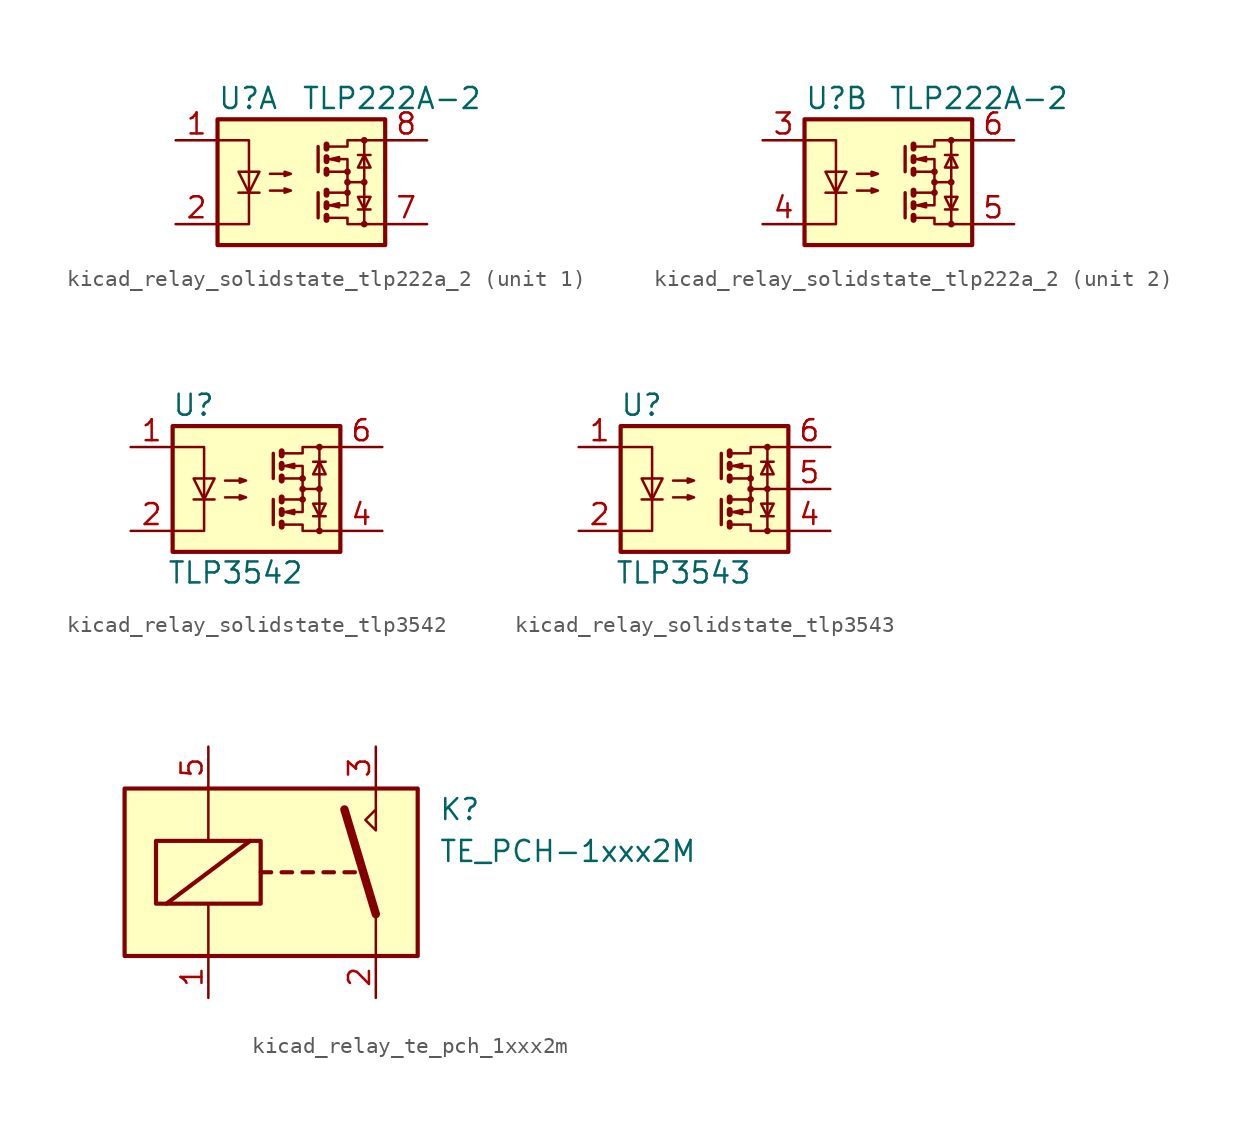
<source format=kicad_sym>
(kicad_symbol_lib
  (version 20220914)
  (generator kicad_symbol_editor)
  (symbol "kicad_relay_solidstate_tlp222a_2"
    (property "Reference" "U"
      (at -5.08 5.08 0)
      (effects (font (size 1.27 1.27)) (justify left)))
    (property "Value" "TLP222A-2"
      (at 0 5.08 0)
      (effects (font (size 1.27 1.27)) (justify left)))
    (symbol "kicad_relay_solidstate_tlp222a_2_0_1"
      (rectangle (start -5.08 3.81) (end 5.08 -3.81) (stroke (width 0.254) (type default)) (fill (type background)))
      (polyline (pts (xy -3.81 -0.635) (xy -2.54 -0.635)) (stroke (width 0) (type default)) (fill (type none)))
      (polyline (pts (xy 1.016 -0.635) (xy 1.016 -2.159)) (stroke (width 0.203) (type default)) (fill (type none)))
      (polyline (pts (xy 1.016 2.159) (xy 1.016 0.635)) (stroke (width 0.203) (type default)) (fill (type none)))
      (polyline (pts (xy 1.524 -0.508) (xy 1.524 -0.762)) (stroke (width 0.356) (type default)) (fill (type none)))
      (polyline (pts (xy 2.794 0) (xy 3.81 0)) (stroke (width 0) (type default)) (fill (type none)))
      (polyline (pts (xy 3.429 -1.651) (xy 4.191 -1.651)) (stroke (width 0) (type default)) (fill (type none)))
      (polyline (pts (xy 3.429 1.651) (xy 4.191 1.651)) (stroke (width 0) (type default)) (fill (type none)))
      (polyline (pts (xy 3.81 -2.54) (xy 3.81 2.54)) (stroke (width 0) (type default)) (fill (type none)))
      (polyline (pts (xy 1.524 -2.032) (xy 1.524 -2.286) (xy 1.524 -2.286)) (stroke (width 0.356) (type default)) (fill (type none)))
      (polyline (pts (xy 1.524 -1.27) (xy 1.524 -1.524) (xy 1.524 -1.524)) (stroke (width 0.356) (type default)) (fill (type none)))
      (polyline (pts (xy 1.524 0.762) (xy 1.524 0.508) (xy 1.524 0.508)) (stroke (width 0.356) (type default)) (fill (type none)))
      (polyline (pts (xy 1.524 1.524) (xy 1.524 1.27) (xy 1.524 1.27)) (stroke (width 0.356) (type default)) (fill (type none)))
      (polyline (pts (xy 1.524 2.286) (xy 1.524 2.032) (xy 1.524 2.032)) (stroke (width 0.356) (type default)) (fill (type none)))
      (polyline (pts (xy 1.651 -1.397) (xy 2.794 -1.397) (xy 2.794 -0.635)) (stroke (width 0) (type default)) (fill (type none)))
      (polyline (pts (xy 1.651 1.397) (xy 2.794 1.397) (xy 2.794 0.635)) (stroke (width 0) (type default)) (fill (type none)))
      (polyline (pts (xy -5.08 2.54) (xy -3.175 2.54) (xy -3.175 -2.54) (xy -5.08 -2.54)) (stroke (width 0) (type default)) (fill (type none)))
      (polyline (pts (xy -3.175 -0.635) (xy -3.81 0.635) (xy -2.54 0.635) (xy -3.175 -0.635)) (stroke (width 0) (type default)) (fill (type none)))
      (polyline (pts (xy 1.651 -2.159) (xy 2.794 -2.159) (xy 2.794 -2.54) (xy 5.08 -2.54)) (stroke (width 0) (type default)) (fill (type none)))
      (polyline (pts (xy 1.651 -0.635) (xy 2.794 -0.635) (xy 2.794 0.635) (xy 1.651 0.635)) (stroke (width 0) (type default)) (fill (type none)))
      (polyline (pts (xy 1.651 2.159) (xy 2.794 2.159) (xy 2.794 2.54) (xy 5.08 2.54)) (stroke (width 0) (type default)) (fill (type none)))
      (polyline (pts (xy 1.778 -1.397) (xy 2.286 -1.27) (xy 2.286 -1.524) (xy 1.778 -1.397)) (stroke (width 0) (type default)) (fill (type none)))
      (polyline (pts (xy 1.778 1.397) (xy 2.286 1.524) (xy 2.286 1.27) (xy 1.778 1.397)) (stroke (width 0) (type default)) (fill (type none)))
      (polyline (pts (xy 3.81 -1.651) (xy 3.429 -0.889) (xy 4.191 -0.889) (xy 3.81 -1.651)) (stroke (width 0) (type default)) (fill (type none)))
      (polyline (pts (xy 3.81 1.651) (xy 3.429 0.889) (xy 4.191 0.889) (xy 3.81 1.651)) (stroke (width 0) (type default)) (fill (type none)))
      (polyline (pts (xy -1.905 -0.508) (xy -0.635 -0.508) (xy -1.016 -0.635) (xy -1.016 -0.381) (xy -0.635 -0.508)) (stroke (width 0) (type default)) (fill (type none)))
      (polyline (pts (xy -1.905 0.508) (xy -0.635 0.508) (xy -1.016 0.381) (xy -1.016 0.635) (xy -0.635 0.508)) (stroke (width 0) (type default)) (fill (type none)))
      (circle (center 2.794 -0.635) (radius 0.127) (stroke (width 0) (type default)) (fill (type none)))
      (circle (center 2.794 0) (radius 0.127) (stroke (width 0) (type default)) (fill (type none)))
      (circle (center 2.794 0.635) (radius 0.127) (stroke (width 0) (type default)) (fill (type none)))
      (circle (center 3.81 -2.54) (radius 0.127) (stroke (width 0) (type default)) (fill (type none)))
      (circle (center 3.81 0) (radius 0.127) (stroke (width 0) (type default)) (fill (type none)))
      (circle (center 3.81 2.54) (radius 0.127) (stroke (width 0) (type default)) (fill (type none))))
    (symbol "kicad_relay_solidstate_tlp222a_2_1_1"
      (pin passive line (at -7.62 2.54 0) (length 2.54) (name "~" (effects (font (size 1.27 1.27)))) (number "1" (effects (font (size 1.27 1.27)))))
      (pin passive line (at -7.62 -2.54 0) (length 2.54) (name "~" (effects (font (size 1.27 1.27)))) (number "2" (effects (font (size 1.27 1.27)))))
      (pin passive line (at 7.62 -2.54 180) (length 2.54) (name "~" (effects (font (size 1.27 1.27)))) (number "7" (effects (font (size 1.27 1.27)))))
      (pin passive line (at 7.62 2.54 180) (length 2.54) (name "~" (effects (font (size 1.27 1.27)))) (number "8" (effects (font (size 1.27 1.27))))))
    (symbol "kicad_relay_solidstate_tlp222a_2_2_1"
      (pin passive line (at -7.62 2.54 0) (length 2.54) (name "~" (effects (font (size 1.27 1.27)))) (number "3" (effects (font (size 1.27 1.27)))))
      (pin passive line (at -7.62 -2.54 0) (length 2.54) (name "~" (effects (font (size 1.27 1.27)))) (number "4" (effects (font (size 1.27 1.27)))))
      (pin passive line (at 7.62 -2.54 180) (length 2.54) (name "~" (effects (font (size 1.27 1.27)))) (number "5" (effects (font (size 1.27 1.27)))))
      (pin passive line (at 7.62 2.54 180) (length 2.54) (name "~" (effects (font (size 1.27 1.27)))) (number "6" (effects (font (size 1.27 1.27)))))))
  (symbol "kicad_relay_solidstate_tlp3542"
    (property "Reference" "U"
      (at -3.81 5.08 0)
      (effects (font (size 1.27 1.27))))
    (property "Value" "TLP3542"
      (at -1.27 -5.08 0)
      (effects (font (size 1.27 1.27))))
    (symbol "kicad_relay_solidstate_tlp3542_0_1"
      (rectangle (start -5.08 3.81) (end 5.08 -3.81) (stroke (width 0.254) (type default)) (fill (type background)))
      (polyline (pts (xy -3.81 -0.635) (xy -2.54 -0.635)) (stroke (width 0) (type default)) (fill (type none)))
      (polyline (pts (xy 1.016 -0.635) (xy 1.016 -2.159)) (stroke (width 0.203) (type default)) (fill (type none)))
      (polyline (pts (xy 1.016 2.159) (xy 1.016 0.635)) (stroke (width 0.203) (type default)) (fill (type none)))
      (polyline (pts (xy 1.524 -0.508) (xy 1.524 -0.762)) (stroke (width 0.356) (type default)) (fill (type none)))
      (polyline (pts (xy 2.794 0) (xy 3.81 0)) (stroke (width 0) (type default)) (fill (type none)))
      (polyline (pts (xy 3.429 -1.651) (xy 4.191 -1.651)) (stroke (width 0) (type default)) (fill (type none)))
      (polyline (pts (xy 3.429 1.651) (xy 4.191 1.651)) (stroke (width 0) (type default)) (fill (type none)))
      (polyline (pts (xy 3.81 -2.54) (xy 3.81 2.54)) (stroke (width 0) (type default)) (fill (type none)))
      (polyline (pts (xy 1.524 -2.032) (xy 1.524 -2.286) (xy 1.524 -2.286)) (stroke (width 0.356) (type default)) (fill (type none)))
      (polyline (pts (xy 1.524 -1.27) (xy 1.524 -1.524) (xy 1.524 -1.524)) (stroke (width 0.356) (type default)) (fill (type none)))
      (polyline (pts (xy 1.524 0.762) (xy 1.524 0.508) (xy 1.524 0.508)) (stroke (width 0.356) (type default)) (fill (type none)))
      (polyline (pts (xy 1.524 1.524) (xy 1.524 1.27) (xy 1.524 1.27)) (stroke (width 0.356) (type default)) (fill (type none)))
      (polyline (pts (xy 1.524 2.286) (xy 1.524 2.032) (xy 1.524 2.032)) (stroke (width 0.356) (type default)) (fill (type none)))
      (polyline (pts (xy 1.651 -1.397) (xy 2.794 -1.397) (xy 2.794 -0.635)) (stroke (width 0) (type default)) (fill (type none)))
      (polyline (pts (xy 1.651 1.397) (xy 2.794 1.397) (xy 2.794 0.635)) (stroke (width 0) (type default)) (fill (type none)))
      (polyline (pts (xy -5.08 2.54) (xy -3.175 2.54) (xy -3.175 -2.54) (xy -5.08 -2.54)) (stroke (width 0) (type default)) (fill (type none)))
      (polyline (pts (xy -3.175 -0.635) (xy -3.81 0.635) (xy -2.54 0.635) (xy -3.175 -0.635)) (stroke (width 0) (type default)) (fill (type none)))
      (polyline (pts (xy 1.651 -2.159) (xy 2.794 -2.159) (xy 2.794 -2.54) (xy 5.08 -2.54)) (stroke (width 0) (type default)) (fill (type none)))
      (polyline (pts (xy 1.651 -0.635) (xy 2.794 -0.635) (xy 2.794 0.635) (xy 1.651 0.635)) (stroke (width 0) (type default)) (fill (type none)))
      (polyline (pts (xy 1.651 2.159) (xy 2.794 2.159) (xy 2.794 2.54) (xy 5.08 2.54)) (stroke (width 0) (type default)) (fill (type none)))
      (polyline (pts (xy 1.778 -1.397) (xy 2.286 -1.27) (xy 2.286 -1.524) (xy 1.778 -1.397)) (stroke (width 0) (type default)) (fill (type none)))
      (polyline (pts (xy 1.778 1.397) (xy 2.286 1.524) (xy 2.286 1.27) (xy 1.778 1.397)) (stroke (width 0) (type default)) (fill (type none)))
      (polyline (pts (xy 3.81 -1.651) (xy 3.429 -0.889) (xy 4.191 -0.889) (xy 3.81 -1.651)) (stroke (width 0) (type default)) (fill (type none)))
      (polyline (pts (xy 3.81 1.651) (xy 3.429 0.889) (xy 4.191 0.889) (xy 3.81 1.651)) (stroke (width 0) (type default)) (fill (type none)))
      (polyline (pts (xy -1.905 -0.508) (xy -0.635 -0.508) (xy -1.016 -0.635) (xy -1.016 -0.381) (xy -0.635 -0.508)) (stroke (width 0) (type default)) (fill (type none)))
      (polyline (pts (xy -1.905 0.508) (xy -0.635 0.508) (xy -1.016 0.381) (xy -1.016 0.635) (xy -0.635 0.508)) (stroke (width 0) (type default)) (fill (type none)))
      (circle (center 2.794 -0.635) (radius 0.127) (stroke (width 0) (type default)) (fill (type none)))
      (circle (center 2.794 0) (radius 0.127) (stroke (width 0) (type default)) (fill (type none)))
      (circle (center 2.794 0.635) (radius 0.127) (stroke (width 0) (type default)) (fill (type none)))
      (circle (center 3.81 -2.54) (radius 0.127) (stroke (width 0) (type default)) (fill (type none)))
      (circle (center 3.81 0) (radius 0.127) (stroke (width 0) (type default)) (fill (type none)))
      (circle (center 3.81 2.54) (radius 0.127) (stroke (width 0) (type default)) (fill (type none))))
    (symbol "kicad_relay_solidstate_tlp3542_1_1"
      (pin passive line (at -7.62 2.54 0) (length 2.54) (name "~" (effects (font (size 1.27 1.27)))) (number "1" (effects (font (size 1.27 1.27)))))
      (pin passive line (at -7.62 -2.54 0) (length 2.54) (name "~" (effects (font (size 1.27 1.27)))) (number "2" (effects (font (size 1.27 1.27)))))
      (pin no_connect line (at -5.08 0 0) (length 2.54) hide (name "~" (effects (font (size 1.27 1.27)))) (number "3" (effects (font (size 1.27 1.27)))))
      (pin passive line (at 7.62 -2.54 180) (length 2.54) (name "~" (effects (font (size 1.27 1.27)))) (number "4" (effects (font (size 1.27 1.27)))))
      (pin passive line (at 7.62 2.54 180) (length 2.54) (name "~" (effects (font (size 1.27 1.27)))) (number "6" (effects (font (size 1.27 1.27)))))))
  (symbol "kicad_relay_solidstate_tlp3543"
    (property "Reference" "U"
      (at -3.81 5.08 0)
      (effects (font (size 1.27 1.27))))
    (property "Value" "TLP3543"
      (at -1.27 -5.08 0)
      (effects (font (size 1.27 1.27))))
    (symbol "kicad_relay_solidstate_tlp3543_0_1"
      (rectangle (start -5.08 3.81) (end 5.08 -3.81) (stroke (width 0.254) (type default)) (fill (type background)))
      (polyline (pts (xy -3.81 -0.635) (xy -2.54 -0.635)) (stroke (width 0) (type default)) (fill (type none)))
      (polyline (pts (xy 1.016 -0.635) (xy 1.016 -2.159)) (stroke (width 0.203) (type default)) (fill (type none)))
      (polyline (pts (xy 1.016 2.159) (xy 1.016 0.635)) (stroke (width 0.203) (type default)) (fill (type none)))
      (polyline (pts (xy 1.524 -0.508) (xy 1.524 -0.762)) (stroke (width 0.356) (type default)) (fill (type none)))
      (polyline (pts (xy 2.794 0) (xy 5.08 0)) (stroke (width 0) (type default)) (fill (type none)))
      (polyline (pts (xy 3.429 -1.651) (xy 4.191 -1.651)) (stroke (width 0) (type default)) (fill (type none)))
      (polyline (pts (xy 3.429 1.651) (xy 4.191 1.651)) (stroke (width 0) (type default)) (fill (type none)))
      (polyline (pts (xy 3.81 -2.54) (xy 3.81 2.54)) (stroke (width 0) (type default)) (fill (type none)))
      (polyline (pts (xy 1.524 -2.032) (xy 1.524 -2.286) (xy 1.524 -2.286)) (stroke (width 0.356) (type default)) (fill (type none)))
      (polyline (pts (xy 1.524 -1.27) (xy 1.524 -1.524) (xy 1.524 -1.524)) (stroke (width 0.356) (type default)) (fill (type none)))
      (polyline (pts (xy 1.524 0.762) (xy 1.524 0.508) (xy 1.524 0.508)) (stroke (width 0.356) (type default)) (fill (type none)))
      (polyline (pts (xy 1.524 1.524) (xy 1.524 1.27) (xy 1.524 1.27)) (stroke (width 0.356) (type default)) (fill (type none)))
      (polyline (pts (xy 1.524 2.286) (xy 1.524 2.032) (xy 1.524 2.032)) (stroke (width 0.356) (type default)) (fill (type none)))
      (polyline (pts (xy 1.651 -1.397) (xy 2.794 -1.397) (xy 2.794 -0.635)) (stroke (width 0) (type default)) (fill (type none)))
      (polyline (pts (xy 1.651 1.397) (xy 2.794 1.397) (xy 2.794 0.635)) (stroke (width 0) (type default)) (fill (type none)))
      (polyline (pts (xy -5.08 2.54) (xy -3.175 2.54) (xy -3.175 -2.54) (xy -5.08 -2.54)) (stroke (width 0) (type default)) (fill (type none)))
      (polyline (pts (xy -3.175 -0.635) (xy -3.81 0.635) (xy -2.54 0.635) (xy -3.175 -0.635)) (stroke (width 0) (type default)) (fill (type none)))
      (polyline (pts (xy 1.651 -2.159) (xy 2.794 -2.159) (xy 2.794 -2.54) (xy 5.08 -2.54)) (stroke (width 0) (type default)) (fill (type none)))
      (polyline (pts (xy 1.651 -0.635) (xy 2.794 -0.635) (xy 2.794 0.635) (xy 1.651 0.635)) (stroke (width 0) (type default)) (fill (type none)))
      (polyline (pts (xy 1.651 2.159) (xy 2.794 2.159) (xy 2.794 2.54) (xy 5.08 2.54)) (stroke (width 0) (type default)) (fill (type none)))
      (polyline (pts (xy 1.778 -1.397) (xy 2.286 -1.27) (xy 2.286 -1.524) (xy 1.778 -1.397)) (stroke (width 0) (type default)) (fill (type none)))
      (polyline (pts (xy 1.778 1.397) (xy 2.286 1.524) (xy 2.286 1.27) (xy 1.778 1.397)) (stroke (width 0) (type default)) (fill (type none)))
      (polyline (pts (xy 3.81 -1.651) (xy 3.429 -0.889) (xy 4.191 -0.889) (xy 3.81 -1.651)) (stroke (width 0) (type default)) (fill (type none)))
      (polyline (pts (xy 3.81 1.651) (xy 3.429 0.889) (xy 4.191 0.889) (xy 3.81 1.651)) (stroke (width 0) (type default)) (fill (type none)))
      (polyline (pts (xy -1.905 -0.508) (xy -0.635 -0.508) (xy -1.016 -0.635) (xy -1.016 -0.381) (xy -0.635 -0.508)) (stroke (width 0) (type default)) (fill (type none)))
      (polyline (pts (xy -1.905 0.508) (xy -0.635 0.508) (xy -1.016 0.381) (xy -1.016 0.635) (xy -0.635 0.508)) (stroke (width 0) (type default)) (fill (type none)))
      (circle (center 2.794 -0.635) (radius 0.127) (stroke (width 0) (type default)) (fill (type none)))
      (circle (center 2.794 0) (radius 0.127) (stroke (width 0) (type default)) (fill (type none)))
      (circle (center 2.794 0.635) (radius 0.127) (stroke (width 0) (type default)) (fill (type none)))
      (circle (center 3.81 -2.54) (radius 0.127) (stroke (width 0) (type default)) (fill (type none)))
      (circle (center 3.81 0) (radius 0.127) (stroke (width 0) (type default)) (fill (type none)))
      (circle (center 3.81 2.54) (radius 0.127) (stroke (width 0) (type default)) (fill (type none))))
    (symbol "kicad_relay_solidstate_tlp3543_1_1"
      (pin passive line (at -7.62 2.54 0) (length 2.54) (name "~" (effects (font (size 1.27 1.27)))) (number "1" (effects (font (size 1.27 1.27)))))
      (pin passive line (at -7.62 -2.54 0) (length 2.54) (name "~" (effects (font (size 1.27 1.27)))) (number "2" (effects (font (size 1.27 1.27)))))
      (pin no_connect line (at -5.08 0 0) (length 2.54) hide (name "~" (effects (font (size 1.27 1.27)))) (number "3" (effects (font (size 1.27 1.27)))))
      (pin passive line (at 7.62 -2.54 180) (length 2.54) (name "~" (effects (font (size 1.27 1.27)))) (number "4" (effects (font (size 1.27 1.27)))))
      (pin passive line (at 7.62 0 180) (length 2.54) (name "~" (effects (font (size 1.27 1.27)))) (number "5" (effects (font (size 1.27 1.27)))))
      (pin passive line (at 7.62 2.54 180) (length 2.54) (name "~" (effects (font (size 1.27 1.27)))) (number "6" (effects (font (size 1.27 1.27)))))))
  (symbol "kicad_relay_te_pch_1xxx2m"
    (property "Reference" "K"
      (at 8.89 3.81 0)
      (effects (font (size 1.27 1.27)) (justify left)))
    (property "Value" "TE_PCH-1xxx2M"
      (at 8.89 1.27 0)
      (effects (font (size 1.27 1.27)) (justify left)))
    (symbol "kicad_relay_te_pch_1xxx2m_0_0"
      (polyline (pts (xy 5.08 5.08) (xy 5.08 2.54) (xy 4.445 3.175) (xy 5.08 3.81)) (stroke (width 0) (type default)) (fill (type none))))
    (symbol "kicad_relay_te_pch_1xxx2m_0_1"
      (rectangle (start -10.16 5.08) (end 7.62 -5.08) (stroke (width 0.254) (type default)) (fill (type background)))
      (rectangle (start -8.255 1.905) (end -1.905 -1.905) (stroke (width 0.254) (type default)) (fill (type none)))
      (polyline (pts (xy -7.62 -1.905) (xy -2.54 1.905)) (stroke (width 0.254) (type default)) (fill (type none)))
      (polyline (pts (xy -5.08 -5.08) (xy -5.08 -1.905)) (stroke (width 0) (type default)) (fill (type none)))
      (polyline (pts (xy -5.08 5.08) (xy -5.08 1.905)) (stroke (width 0) (type default)) (fill (type none)))
      (polyline (pts (xy -1.905 0) (xy -1.27 0)) (stroke (width 0.254) (type default)) (fill (type none)))
      (polyline (pts (xy -0.635 0) (xy 0 0)) (stroke (width 0.254) (type default)) (fill (type none)))
      (polyline (pts (xy 0.635 0) (xy 1.27 0)) (stroke (width 0.254) (type default)) (fill (type none)))
      (polyline (pts (xy 1.905 0) (xy 2.54 0)) (stroke (width 0.254) (type default)) (fill (type none)))
      (polyline (pts (xy 3.175 0) (xy 3.81 0)) (stroke (width 0.254) (type default)) (fill (type none)))
      (polyline (pts (xy 5.08 -2.54) (xy 3.175 3.81)) (stroke (width 0.508) (type default)) (fill (type none)))
      (polyline (pts (xy 5.08 -2.54) (xy 5.08 -5.08)) (stroke (width 0) (type default)) (fill (type none))))
    (symbol "kicad_relay_te_pch_1xxx2m_1_1"
      (pin passive line (at -5.08 -7.62 90) (length 2.54) (name "~" (effects (font (size 1.27 1.27)))) (number "1" (effects (font (size 1.27 1.27)))))
      (pin passive line (at 5.08 -7.62 90) (length 2.54) (name "~" (effects (font (size 1.27 1.27)))) (number "2" (effects (font (size 1.27 1.27)))))
      (pin passive line (at 5.08 7.62 270) (length 2.54) (name "~" (effects (font (size 1.27 1.27)))) (number "3" (effects (font (size 1.27 1.27)))))
      (pin passive line (at -5.08 7.62 270) (length 2.54) (name "~" (effects (font (size 1.27 1.27)))) (number "5" (effects (font (size 1.27 1.27))))))))
</source>
